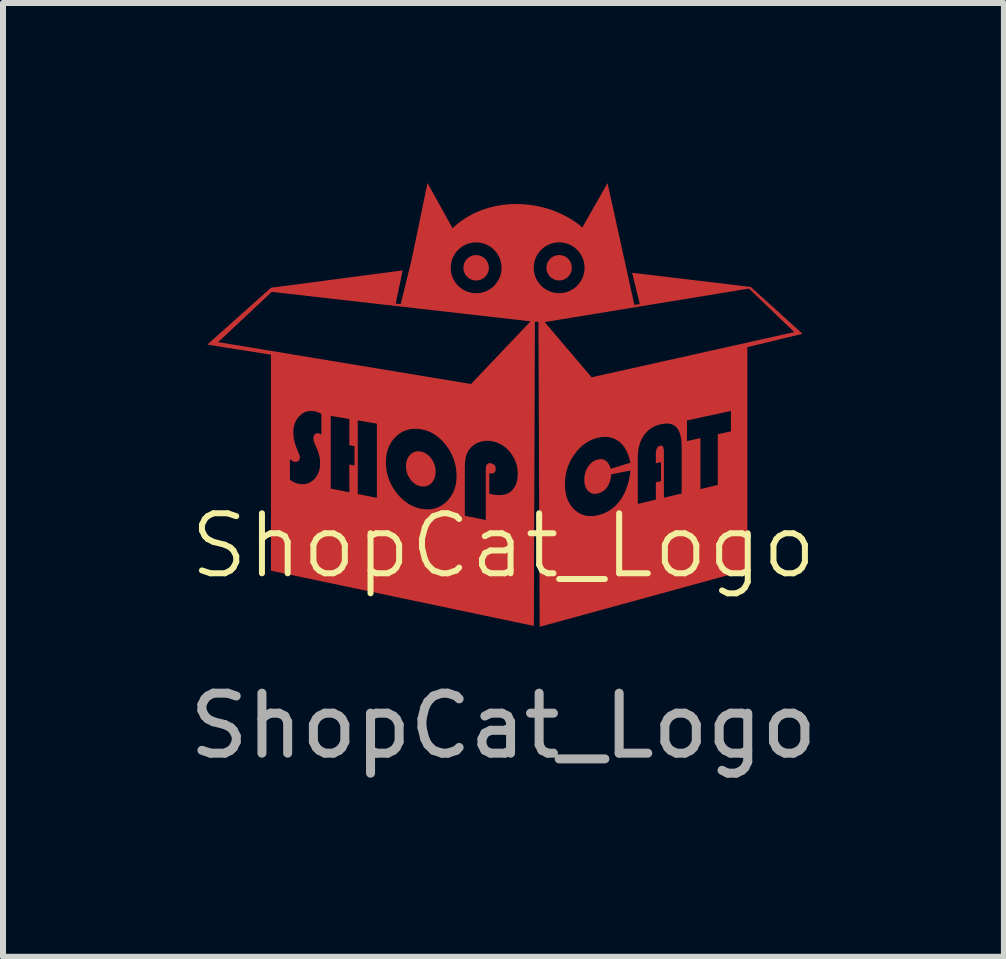
<source format=kicad_pcb>
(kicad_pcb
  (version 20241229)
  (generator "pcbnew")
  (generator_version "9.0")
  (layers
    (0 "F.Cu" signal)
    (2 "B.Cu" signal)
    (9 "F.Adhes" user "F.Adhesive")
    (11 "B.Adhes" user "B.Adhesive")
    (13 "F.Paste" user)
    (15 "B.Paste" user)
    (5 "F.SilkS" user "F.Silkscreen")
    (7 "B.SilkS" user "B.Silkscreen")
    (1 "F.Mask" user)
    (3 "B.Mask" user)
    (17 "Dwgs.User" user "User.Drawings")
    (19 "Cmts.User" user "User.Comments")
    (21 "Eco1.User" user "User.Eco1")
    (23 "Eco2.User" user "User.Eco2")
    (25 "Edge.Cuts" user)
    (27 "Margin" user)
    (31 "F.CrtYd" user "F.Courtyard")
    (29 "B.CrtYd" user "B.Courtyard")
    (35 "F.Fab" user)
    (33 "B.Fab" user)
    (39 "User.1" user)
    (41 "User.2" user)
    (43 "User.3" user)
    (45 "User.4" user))
  (footprint "ShopCat_Logo"
    (layer "F.Cu")
    (at 5.339 6.546)
    (property "Reference" "ShopCat_Logo" (at 0 -0.5 0) (unlocked yes) (layer "F.SilkS") (effects (font (size 1 1) (thickness 0.1))))
    (attr smd)
    (fp_poly (pts (xy -1.404 -2.076) (xy -1.391 -2.074) (xy -1.379 -2.072) (xy -1.366 -2.07) (xy -1.353 -2.067) (xy -1.341 -2.063) (xy -1.329 -2.058) (xy -1.317 -2.053) (xy -1.306 -2.047) (xy -1.294 -2.041) (xy -1.283 -2.034) (xy -1.272 -2.026) (xy -1.262 -2.018) (xy -1.251 -2.009) (xy -1.241 -2) (xy -1.231 -1.99) (xy -1.221 -1.979) (xy -1.212 -1.968) (xy -1.203 -1.956) (xy -1.194 -1.944) (xy -1.186 -1.931) (xy -1.178 -1.918) (xy -1.171 -1.905) (xy -1.164 -1.892) (xy -1.159 -1.879) (xy -1.153 -1.866) (xy -1.148 -1.852) (xy -1.144 -1.838) (xy -1.14 -1.824) (xy -1.137 -1.81) (xy -1.135 -1.795) (xy -1.133 -1.781) (xy -1.131 -1.766) (xy -1.13 -1.751) (xy -1.13 -1.736) (xy -1.13 -1.721) (xy -1.131 -1.706) (xy -1.133 -1.692) (xy -1.135 -1.678) (xy -1.137 -1.665) (xy -1.14 -1.652) (xy -1.144 -1.639) (xy -1.148 -1.627) (xy -1.153 -1.615) (xy -1.159 -1.604) (xy -1.164 -1.593) (xy -1.171 -1.582) (xy -1.178 -1.572) (xy -1.186 -1.562) (xy -1.194 -1.552) (xy -1.203 -1.543) (xy -1.212 -1.535) (xy -1.221 -1.527) (xy -1.231 -1.52) (xy -1.241 -1.513) (xy -1.251 -1.508) (xy -1.261 -1.503) (xy -1.272 -1.498) (xy -1.283 -1.495) (xy -1.294 -1.492) (xy -1.305 -1.49) (xy -1.317 -1.489) (xy -1.329 -1.488) (xy -1.341 -1.488) (xy -1.353 -1.489) (xy -1.366 -1.49) (xy -1.379 -1.492) (xy -1.391 -1.495) (xy -1.404 -1.498) (xy -1.416 -1.502) (xy -1.428 -1.507) (xy -1.439 -1.512) (xy -1.451 -1.518) (xy -1.462 -1.525) (xy -1.473 -1.532) (xy -1.484 -1.539) (xy -1.494 -1.548) (xy -1.504 -1.557) (xy -1.514 -1.566) (xy -1.524 -1.576) (xy -1.534 -1.587) (xy -1.543 -1.599) (xy -1.552 -1.611) (xy -1.561 -1.623) (xy -1.569 -1.635) (xy -1.577 -1.648) (xy -1.584 -1.661) (xy -1.59 -1.674) (xy -1.596 -1.687) (xy -1.601 -1.7) (xy -1.606 -1.714) (xy -1.61 -1.728) (xy -1.614 -1.742) (xy -1.617 -1.756) (xy -1.62 -1.77) (xy -1.622 -1.784) (xy -1.623 -1.799) (xy -1.624 -1.813) (xy -1.624 -1.828) (xy -1.624 -1.843) (xy -1.623 -1.857) (xy -1.622 -1.871) (xy -1.62 -1.885) (xy -1.617 -1.898) (xy -1.614 -1.911) (xy -1.61 -1.923) (xy -1.606 -1.935) (xy -1.602 -1.947) (xy -1.596 -1.958) (xy -1.59 -1.969) (xy -1.584 -1.98) (xy -1.577 -1.99) (xy -1.569 -2) (xy -1.561 -2.01) (xy -1.553 -2.019) (xy -1.544 -2.027) (xy -1.534 -2.035) (xy -1.525 -2.043) (xy -1.515 -2.049) (xy -1.505 -2.055) (xy -1.495 -2.06) (xy -1.484 -2.064) (xy -1.473 -2.068) (xy -1.462 -2.071) (xy -1.451 -2.073) (xy -1.44 -2.075) (xy -1.428 -2.076) (xy -1.416 -2.076)) (stroke (width 0) (type solid)) (fill yes) (layer "F.Cu"))
    (fp_poly (pts (xy -0.444 -5.345) (xy -0.433 -5.344) (xy -0.422 -5.343) (xy -0.412 -5.341) (xy -0.402 -5.339) (xy -0.392 -5.336) (xy -0.382 -5.332) (xy -0.372 -5.329) (xy -0.363 -5.324) (xy -0.354 -5.32) (xy -0.345 -5.315) (xy -0.336 -5.309) (xy -0.328 -5.303) (xy -0.32 -5.297) (xy -0.312 -5.29) (xy -0.305 -5.283) (xy -0.298 -5.276) (xy -0.291 -5.268) (xy -0.285 -5.26) (xy -0.279 -5.252) (xy -0.274 -5.243) (xy -0.268 -5.234) (xy -0.264 -5.225) (xy -0.26 -5.216) (xy -0.256 -5.206) (xy -0.252 -5.196) (xy -0.25 -5.186) (xy -0.247 -5.176) (xy -0.245 -5.166) (xy -0.244 -5.155) (xy -0.243 -5.144) (xy -0.243 -5.134) (xy -0.243 -5.123) (xy -0.244 -5.112) (xy -0.245 -5.101) (xy -0.247 -5.091) (xy -0.25 -5.081) (xy -0.252 -5.071) (xy -0.256 -5.061) (xy -0.26 -5.051) (xy -0.264 -5.042) (xy -0.268 -5.033) (xy -0.274 -5.024) (xy -0.279 -5.015) (xy -0.285 -5.007) (xy -0.291 -4.999) (xy -0.298 -4.991) (xy -0.305 -4.984) (xy -0.312 -4.977) (xy -0.32 -4.97) (xy -0.328 -4.964) (xy -0.336 -4.958) (xy -0.345 -4.953) (xy -0.354 -4.947) (xy -0.363 -4.943) (xy -0.372 -4.939) (xy -0.382 -4.935) (xy -0.392 -4.931) (xy -0.402 -4.929) (xy -0.412 -4.926) (xy -0.422 -4.924) (xy -0.433 -4.923) (xy -0.444 -4.922) (xy -0.455 -4.922) (xy -0.465 -4.922) (xy -0.476 -4.923) (xy -0.487 -4.924) (xy -0.497 -4.926) (xy -0.507 -4.929) (xy -0.517 -4.931) (xy -0.527 -4.935) (xy -0.537 -4.939) (xy -0.546 -4.943) (xy -0.555 -4.947) (xy -0.564 -4.953) (xy -0.573 -4.958) (xy -0.581 -4.964) (xy -0.589 -4.97) (xy -0.597 -4.977) (xy -0.604 -4.984) (xy -0.611 -4.991) (xy -0.618 -4.999) (xy -0.624 -5.007) (xy -0.63 -5.015) (xy -0.636 -5.024) (xy -0.641 -5.033) (xy -0.645 -5.042) (xy -0.65 -5.051) (xy -0.653 -5.061) (xy -0.657 -5.071) (xy -0.66 -5.081) (xy -0.662 -5.091) (xy -0.664 -5.101) (xy -0.665 -5.112) (xy -0.666 -5.123) (xy -0.666 -5.134) (xy -0.666 -5.144) (xy -0.665 -5.155) (xy -0.664 -5.166) (xy -0.662 -5.176) (xy -0.66 -5.186) (xy -0.657 -5.196) (xy -0.653 -5.206) (xy -0.65 -5.216) (xy -0.645 -5.225) (xy -0.641 -5.234) (xy -0.636 -5.243) (xy -0.63 -5.252) (xy -0.624 -5.26) (xy -0.618 -5.268) (xy -0.611 -5.276) (xy -0.604 -5.283) (xy -0.597 -5.29) (xy -0.589 -5.297) (xy -0.581 -5.303) (xy -0.573 -5.309) (xy -0.564 -5.315) (xy -0.555 -5.32) (xy -0.546 -5.324) (xy -0.537 -5.329) (xy -0.527 -5.332) (xy -0.517 -5.336) (xy -0.507 -5.339) (xy -0.497 -5.341) (xy -0.487 -5.343) (xy -0.476 -5.344) (xy -0.465 -5.345) (xy -0.455 -5.345)) (stroke (width 0) (type solid)) (fill yes) (layer "F.Cu"))
    (fp_poly (pts (xy 0.939 -5.345) (xy 0.95 -5.345) (xy 0.961 -5.343) (xy 0.971 -5.341) (xy 0.981 -5.339) (xy 0.991 -5.336) (xy 1.001 -5.333) (xy 1.011 -5.329) (xy 1.02 -5.325) (xy 1.029 -5.32) (xy 1.038 -5.315) (xy 1.047 -5.31) (xy 1.055 -5.304) (xy 1.063 -5.297) (xy 1.071 -5.291) (xy 1.078 -5.284) (xy 1.085 -5.276) (xy 1.092 -5.269) (xy 1.098 -5.261) (xy 1.104 -5.252) (xy 1.109 -5.244) (xy 1.115 -5.235) (xy 1.119 -5.226) (xy 1.123 -5.216) (xy 1.127 -5.207) (xy 1.131 -5.197) (xy 1.133 -5.187) (xy 1.136 -5.177) (xy 1.138 -5.166) (xy 1.139 -5.156) (xy 1.14 -5.145) (xy 1.14 -5.134) (xy 1.14 -5.123) (xy 1.139 -5.112) (xy 1.138 -5.102) (xy 1.136 -5.091) (xy 1.133 -5.081) (xy 1.131 -5.071) (xy 1.127 -5.061) (xy 1.123 -5.052) (xy 1.119 -5.042) (xy 1.115 -5.033) (xy 1.109 -5.024) (xy 1.104 -5.016) (xy 1.098 -5.007) (xy 1.092 -4.999) (xy 1.085 -4.992) (xy 1.078 -4.984) (xy 1.071 -4.977) (xy 1.063 -4.971) (xy 1.055 -4.965) (xy 1.047 -4.959) (xy 1.038 -4.953) (xy 1.029 -4.948) (xy 1.02 -4.943) (xy 1.011 -4.939) (xy 1.001 -4.935) (xy 0.991 -4.932) (xy 0.981 -4.929) (xy 0.971 -4.927) (xy 0.961 -4.925) (xy 0.95 -4.924) (xy 0.939 -4.923) (xy 0.928 -4.922) (xy 0.918 -4.923) (xy 0.907 -4.924) (xy 0.896 -4.925) (xy 0.886 -4.927) (xy 0.876 -4.929) (xy 0.866 -4.932) (xy 0.856 -4.935) (xy 0.846 -4.939) (xy 0.837 -4.943) (xy 0.828 -4.948) (xy 0.819 -4.953) (xy 0.81 -4.959) (xy 0.802 -4.965) (xy 0.794 -4.971) (xy 0.786 -4.977) (xy 0.779 -4.984) (xy 0.772 -4.992) (xy 0.765 -4.999) (xy 0.759 -5.007) (xy 0.753 -5.016) (xy 0.747 -5.024) (xy 0.742 -5.033) (xy 0.738 -5.042) (xy 0.733 -5.052) (xy 0.73 -5.061) (xy 0.726 -5.071) (xy 0.724 -5.081) (xy 0.721 -5.091) (xy 0.719 -5.102) (xy 0.718 -5.112) (xy 0.717 -5.123) (xy 0.717 -5.134) (xy 0.717 -5.145) (xy 0.718 -5.156) (xy 0.719 -5.166) (xy 0.721 -5.177) (xy 0.724 -5.187) (xy 0.726 -5.197) (xy 0.73 -5.207) (xy 0.733 -5.216) (xy 0.738 -5.226) (xy 0.742 -5.235) (xy 0.747 -5.244) (xy 0.753 -5.252) (xy 0.759 -5.261) (xy 0.765 -5.269) (xy 0.772 -5.276) (xy 0.779 -5.284) (xy 0.786 -5.291) (xy 0.794 -5.297) (xy 0.802 -5.304) (xy 0.81 -5.31) (xy 0.819 -5.315) (xy 0.828 -5.32) (xy 0.837 -5.325) (xy 0.846 -5.329) (xy 0.856 -5.333) (xy 0.866 -5.336) (xy 0.876 -5.339) (xy 0.886 -5.341) (xy 0.896 -5.343) (xy 0.907 -5.345) (xy 0.918 -5.345) (xy 0.928 -5.346)) (stroke (width 0) (type solid)) (fill yes) (layer "F.Cu"))
    (fp_text user "${REFERENCE}" (at 0 2.5 0) (unlocked yes) (layer "F.Fab") (effects (font (size 1 1) (thickness 0.15))))
    (pad "1" smd custom (at 1.778 -0.508) (size 0.46 0.46) (layers "F.Cu" "F.Mask" "F.Paste") (options (anchor circle)) (primitives (gr_poly (pts (xy -0.23 -0.164) (xy -0.225 -0.19) (xy -0.21 -0.213) (xy -0.188 -0.227) (xy -0.161 -0.233) (xy 0.161 -0.233) (xy 0.188 -0.227) (xy 0.21 -0.213) (xy 0.225 -0.19) (xy 0.23 -0.164) (xy 0.23 0.164) (xy 0.225 0.19) (xy 0.21 0.213) (xy 0.188 0.227) (xy 0.161 0.233) (xy -0.161 0.233) (xy -0.188 0.227) (xy -0.21 0.213) (xy -0.225 0.19) (xy -0.23 0.164)) (width 0) (fill yes)) (gr_poly (pts (xy -2.625 -5.284) (xy -2.608 -5.301) (xy -2.557 -5.347) (xy -2.519 -5.378) (xy -2.473 -5.412) (xy -2.419 -5.448) (xy -2.356 -5.486) (xy -2.286 -5.524) (xy -2.207 -5.56) (xy -2.12 -5.594) (xy -2.025 -5.625) (xy -1.922 -5.651) (xy -1.811 -5.671) (xy -1.752 -5.678) (xy -1.692 -5.684) (xy -1.629 -5.687) (xy -1.565 -5.688) (xy -1.5 -5.687) (xy -1.438 -5.684) (xy -1.377 -5.679) (xy -1.317 -5.671) (xy -1.26 -5.663) (xy -1.204 -5.652) (xy -1.15 -5.64) (xy -1.099 -5.627) (xy -1.049 -5.613) (xy -1 -5.598) (xy -0.954 -5.582) (xy -0.91 -5.565) (xy -0.868 -5.547) (xy -0.827 -5.529) (xy -0.789 -5.511) (xy -0.753 -5.493) (xy -0.718 -5.475) (xy -0.686 -5.457) (xy -0.628 -5.421) (xy -0.578 -5.388) (xy -0.538 -5.359) (xy -0.505 -5.334) (xy -0.482 -5.315) (xy -0.463 -5.298) (xy -0.043 -6.037) (xy 0.404 -4.008) (xy 0.495 -4.021) (xy 0.366 -4.543) (xy 2.342 -4.307) (xy 3.207 -3.526) (xy 2.287 -3.303) (xy 2.287 0.409) (xy -1.174 1.357) (xy -1.184 -1.02) (xy -0.753 -1.02) (xy -0.752 -0.986) (xy -0.751 -0.953) (xy -0.747 -0.921) (xy -0.743 -0.89) (xy -0.737 -0.86) (xy -0.731 -0.831) (xy -0.722 -0.803) (xy -0.713 -0.776) (xy -0.703 -0.75) (xy -0.691 -0.725) (xy -0.678 -0.701) (xy -0.663 -0.678) (xy -0.648 -0.655) (xy -0.631 -0.634) (xy -0.613 -0.614) (xy -0.594 -0.595) (xy -0.573 -0.578) (xy -0.553 -0.562) (xy -0.531 -0.547) (xy -0.51 -0.534) (xy -0.487 -0.523) (xy -0.464 -0.513) (xy -0.44 -0.505) (xy -0.416 -0.498) (xy -0.391 -0.493) (xy -0.366 -0.49) (xy -0.34 -0.488) (xy -0.313 -0.488) (xy -0.286 -0.489) (xy -0.259 -0.492) (xy -0.23 -0.497) (xy -0.201 -0.503) (xy -0.173 -0.51) (xy -0.146 -0.519) (xy -0.119 -0.528) (xy -0.093 -0.539) (xy -0.067 -0.551) (xy -0.043 -0.563) (xy -0.019 -0.577) (xy 0.005 -0.592) (xy 0.028 -0.608) (xy 0.05 -0.626) (xy 0.071 -0.644) (xy 0.092 -0.663) (xy 0.112 -0.684) (xy 0.131 -0.705) (xy 0.149 -0.728) (xy 0.167 -0.752) (xy 0.167 -0.752) (xy 0.184 -0.776) (xy 0.201 -0.802) (xy 0.216 -0.828) (xy 0.231 -0.855) (xy 0.244 -0.883) (xy 0.257 -0.912) (xy 0.269 -0.942) (xy 0.28 -0.972) (xy 0.291 -1.004) (xy 0.3 -1.036) (xy 0.309 -1.069) (xy 0.316 -1.103) (xy 0.323 -1.138) (xy 0.329 -1.173) (xy 0.334 -1.21) (xy 0.339 -1.247) (xy 0.019 -1.184) (xy 0.017 -1.168) (xy 0.016 -1.152) (xy 0.013 -1.137) (xy 0.011 -1.122) (xy 0.008 -1.107) (xy 0.004 -1.093) (xy 0.001 -1.079) (xy -0.003 -1.065) (xy -0.008 -1.052) (xy -0.013 -1.039) (xy -0.018 -1.027) (xy -0.024 -1.015) (xy -0.029 -1.003) (xy -0.036 -0.992) (xy -0.043 -0.981) (xy -0.05 -0.97) (xy -0.057 -0.96) (xy -0.065 -0.951) (xy -0.073 -0.941) (xy -0.081 -0.933) (xy -0.09 -0.925) (xy -0.099 -0.917) (xy -0.108 -0.909) (xy -0.118 -0.903) (xy -0.128 -0.896) (xy -0.138 -0.89) (xy -0.148 -0.885) (xy -0.159 -0.88) (xy -0.17 -0.876) (xy -0.182 -0.872) (xy -0.194 -0.868) (xy -0.206 -0.865) (xy -0.218 -0.863) (xy -0.23 -0.861) (xy -0.241 -0.86) (xy -0.252 -0.859) (xy -0.263 -0.859) (xy -0.274 -0.86) (xy -0.284 -0.862) (xy -0.295 -0.864) (xy -0.305 -0.867) (xy -0.314 -0.871) (xy -0.324 -0.875) (xy -0.333 -0.88) (xy -0.342 -0.886) (xy -0.35 -0.892) (xy -0.359 -0.899) (xy -0.367 -0.907) (xy -0.374 -0.915) (xy -0.382 -0.924) (xy -0.388 -0.933) (xy -0.395 -0.943) (xy -0.4 -0.953) (xy -0.406 -0.963) (xy -0.41 -0.974) (xy -0.414 -0.986) (xy -0.418 -0.997) (xy -0.421 -1.01) (xy -0.424 -1.022) (xy -0.426 -1.036) (xy -0.428 -1.049) (xy -0.429 -1.063) (xy -0.43 -1.078) (xy -0.43 -1.093) (xy -0.43 -1.108) (xy -0.429 -1.124) (xy -0.428 -1.139) (xy -0.426 -1.154) (xy -0.424 -1.168) (xy -0.421 -1.183) (xy -0.418 -1.197) (xy -0.414 -1.211) (xy -0.41 -1.225) (xy -0.405 -1.238) (xy -0.4 -1.251) (xy -0.394 -1.264) (xy -0.388 -1.277) (xy -0.381 -1.29) (xy -0.373 -1.302) (xy -0.365 -1.314) (xy -0.357 -1.326) (xy -0.349 -1.337) (xy -0.34 -1.347) (xy -0.331 -1.357) (xy -0.322 -1.367) (xy -0.312 -1.376) (xy -0.302 -1.384) (xy -0.292 -1.391) (xy -0.282 -1.398) (xy -0.271 -1.405) (xy -0.26 -1.411) (xy -0.249 -1.416) (xy -0.237 -1.421) (xy -0.226 -1.425) (xy -0.214 -1.429) (xy -0.201 -1.432) (xy -0.192 -1.434) (xy -0.182 -1.435) (xy -0.173 -1.436) (xy -0.164 -1.437) (xy -0.155 -1.437) (xy -0.147 -1.437) (xy -0.138 -1.436) (xy -0.13 -1.435) (xy -0.122 -1.433) (xy -0.114 -1.431) (xy -0.106 -1.429) (xy -0.099 -1.426) (xy -0.092 -1.423) (xy -0.085 -1.419) (xy -0.078 -1.415) (xy -0.071 -1.41) (xy -0.065 -1.405) (xy -0.058 -1.4) (xy -0.052 -1.394) (xy -0.046 -1.387) (xy -0.041 -1.381) (xy -0.035 -1.373) (xy -0.03 -1.366) (xy -0.025 -1.358) (xy -0.02 -1.349) (xy -0.015 -1.34) (xy -0.011 -1.331) (xy -0.006 -1.321) (xy 0.002 -1.3) (xy 0.009 -1.277) (xy 0.337 -1.377) (xy 0.331 -1.403) (xy 0.325 -1.429) (xy 0.318 -1.453) (xy 0.315 -1.463) (xy 0.461 -1.463) (xy 0.461 -0.691) (xy 0.762 -0.762) (xy 0.762 -1.05) (xy 0.848 -1.07) (xy 0.848 -1.388) (xy 0.762 -1.368) (xy 0.762 -1.519) (xy 0.762 -1.527) (xy 0.762 -1.534) (xy 0.763 -1.541) (xy 0.763 -1.549) (xy 0.764 -1.555) (xy 0.764 -1.562) (xy 0.765 -1.569) (xy 0.766 -1.575) (xy 0.768 -1.581) (xy 0.769 -1.587) (xy 0.77 -1.592) (xy 0.772 -1.598) (xy 0.774 -1.603) (xy 0.775 -1.608) (xy 0.777 -1.612) (xy 0.779 -1.617) (xy 0.782 -1.621) (xy 0.784 -1.625) (xy 0.787 -1.629) (xy 0.789 -1.633) (xy 0.792 -1.636) (xy 0.795 -1.64) (xy 0.798 -1.643) (xy 0.801 -1.645) (xy 0.805 -1.648) (xy 0.808 -1.65) (xy 0.812 -1.652) (xy 0.816 -1.654) (xy 0.819 -1.656) (xy 0.823 -1.658) (xy 0.828 -1.659) (xy 0.832 -1.66) (xy 0.834 -1.66) (xy 0.836 -1.661) (xy 0.838 -1.661) (xy 0.841 -1.661) (xy 0.843 -1.662) (xy 0.845 -1.662) (xy 0.847 -1.662) (xy 0.849 -1.662) (xy 0.85 -1.662) (xy 0.852 -1.662) (xy 0.854 -1.662) (xy 0.856 -1.661) (xy 0.857 -1.661) (xy 0.859 -1.661) (xy 0.861 -1.66) (xy 0.862 -1.66) (xy 0.864 -1.659) (xy 0.865 -1.659) (xy 0.867 -1.658) (xy 0.868 -1.657) (xy 0.87 -1.657) (xy 0.871 -1.656) (xy 0.872 -1.655) (xy 0.873 -1.654) (xy 0.875 -1.653) (xy 0.876 -1.652) (xy 0.877 -1.65) (xy 0.878 -1.649) (xy 0.879 -1.648) (xy 0.88 -1.647) (xy 0.881 -1.645) (xy 0.882 -1.644) (xy 0.883 -1.64) (xy 0.885 -1.637) (xy 0.887 -1.633) (xy 0.888 -1.629) (xy 0.889 -1.624) (xy 0.89 -1.619) (xy 0.891 -1.614) (xy 0.892 -1.608) (xy 0.894 -1.595) (xy 0.895 -1.581) (xy 0.896 -1.566) (xy 0.896 -1.549) (xy 0.896 -0.794) (xy 1.192 -0.864) (xy 1.192 -0.864) (xy 1.192 -1.638) (xy 1.191 -1.667) (xy 1.19 -1.694) (xy 1.189 -1.721) (xy 1.187 -1.746) (xy 1.184 -1.77) (xy 1.18 -1.793) (xy 1.176 -1.815) (xy 1.171 -1.836) (xy 1.165 -1.855) (xy 1.159 -1.874) (xy 1.152 -1.892) (xy 1.145 -1.908) (xy 1.137 -1.924) (xy 1.128 -1.938) (xy 1.118 -1.951) (xy 1.108 -1.963) (xy 1.097 -1.974) (xy 1.086 -1.985) (xy 1.074 -1.994) (xy 1.061 -2.002) (xy 1.047 -2.009) (xy 1.033 -2.015) (xy 1.017 -2.02) (xy 1.002 -2.024) (xy 0.985 -2.027) (xy 0.968 -2.029) (xy 0.95 -2.03) (xy 0.931 -2.03) (xy 0.912 -2.028) (xy 0.891 -2.026) (xy 0.87 -2.023) (xy 0.849 -2.019) (xy 0.826 -2.014) (xy 0.804 -2.007) (xy 0.783 -2) (xy 0.762 -1.993) (xy 0.742 -1.984) (xy 0.723 -1.974) (xy 0.704 -1.964) (xy 0.686 -1.953) (xy 0.668 -1.941) (xy 0.651 -1.928) (xy 0.635 -1.915) (xy 0.62 -1.9) (xy 0.605 -1.885) (xy 0.59 -1.869) (xy 0.577 -1.852) (xy 0.564 -1.834) (xy 0.551 -1.815) (xy 0.54 -1.796) (xy 0.529 -1.776) (xy 0.519 -1.756) (xy 0.51 -1.735) (xy 0.501 -1.713) (xy 0.494 -1.691) (xy 0.487 -1.668) (xy 0.481 -1.645) (xy 0.476 -1.621) (xy 0.471 -1.596) (xy 0.468 -1.571) (xy 0.465 -1.545) (xy 0.463 -1.518) (xy 0.462 -1.491) (xy 0.461 -1.463) (xy 0.315 -1.463) (xy 0.311 -1.477) (xy 0.303 -1.5) (xy 0.295 -1.522) (xy 0.287 -1.543) (xy 0.278 -1.564) (xy 0.268 -1.583) (xy 0.258 -1.602) (xy 0.248 -1.619) (xy 0.237 -1.636) (xy 0.225 -1.652) (xy 0.213 -1.667) (xy 0.201 -1.681) (xy 0.188 -1.695) (xy 0.169 -1.713) (xy 0.149 -1.729) (xy 0.128 -1.744) (xy 0.107 -1.757) (xy 0.085 -1.769) (xy 0.063 -1.779) (xy 0.04 -1.788) (xy 0.017 -1.795) (xy -0.008 -1.8) (xy -0.032 -1.804) (xy -0.058 -1.807) (xy -0.084 -1.808) (xy -0.11 -1.807) (xy -0.138 -1.805) (xy -0.165 -1.801) (xy -0.194 -1.795) (xy -0.223 -1.788) (xy -0.251 -1.78) (xy -0.279 -1.771) (xy -0.307 -1.759) (xy -0.333 -1.747) (xy -0.36 -1.733) (xy -0.385 -1.718) (xy -0.41 -1.702) (xy -0.435 -1.684) (xy -0.459 -1.665) (xy -0.482 -1.644) (xy -0.505 -1.623) (xy -0.527 -1.599) (xy -0.549 -1.575) (xy -0.57 -1.549) (xy -0.59 -1.522) (xy -0.61 -1.493) (xy -0.629 -1.465) (xy -0.646 -1.436) (xy -0.662 -1.406) (xy -0.676 -1.376) (xy -0.689 -1.346) (xy -0.702 -1.315) (xy -0.712 -1.284) (xy -0.722 -1.252) (xy -0.73 -1.22) (xy -0.737 -1.188) (xy -0.743 -1.155) (xy -0.747 -1.122) (xy -0.75 -1.088) (xy -0.752 -1.054) (xy -0.753 -1.02) (xy -1.184 -1.02) (xy -1.188 -2.082) (xy 1.281 -2.082) (xy 1.281 -1.738) (xy 1.505 -1.788) (xy 1.505 -0.938) (xy 1.794 -1.007) (xy 1.794 -1.852) (xy 2.013 -1.9) (xy 2.013 -2.239) (xy 1.281 -2.082) (xy -1.188 -2.082) (xy -1.195 -3.721) (xy -1.09 -3.721) (xy -0.309 -2.801) (xy 3.068 -3.554) (xy 2.314 -4.279) (xy -1.09 -3.721) (xy -1.195 -3.721) (xy -1.195 -3.725) (xy -1.253 -3.725) (xy -1.271 1.343) (xy -5.652 0.422) (xy -5.652 -0.856) (xy -4.205 -0.856) (xy -3.887 -0.792) (xy -3.887 -1.382) (xy -3.736 -1.382) (xy -3.735 -1.349) (xy -3.733 -1.315) (xy -3.73 -1.283) (xy -3.726 -1.25) (xy -3.72 -1.218) (xy -3.712 -1.186) (xy -3.704 -1.155) (xy -3.694 -1.124) (xy -3.683 -1.093) (xy -3.671 -1.063) (xy -3.657 -1.032) (xy -3.642 -1.003) (xy -3.625 -0.974) (xy -3.608 -0.945) (xy -3.589 -0.916) (xy -3.568 -0.888) (xy -3.547 -0.86) (xy -3.525 -0.834) (xy -3.502 -0.809) (xy -3.479 -0.786) (xy -3.455 -0.764) (xy -3.431 -0.743) (xy -3.406 -0.724) (xy -3.381 -0.706) (xy -3.355 -0.689) (xy -3.328 -0.674) (xy -3.301 -0.66) (xy -3.273 -0.648) (xy -3.245 -0.637) (xy -3.216 -0.627) (xy -3.187 -0.619) (xy -3.157 -0.612) (xy -3.126 -0.607) (xy -3.096 -0.603) (xy -3.067 -0.601) (xy -3.038 -0.6) (xy -3.01 -0.601) (xy -2.982 -0.604) (xy -2.955 -0.608) (xy -2.928 -0.614) (xy -2.902 -0.622) (xy -2.877 -0.631) (xy -2.852 -0.642) (xy -2.827 -0.655) (xy -2.803 -0.669) (xy -2.78 -0.685) (xy -2.757 -0.702) (xy -2.735 -0.721) (xy -2.714 -0.742) (xy -2.694 -0.764) (xy -2.676 -0.786) (xy -2.658 -0.809) (xy -2.643 -0.834) (xy -2.628 -0.859) (xy -2.615 -0.885) (xy -2.603 -0.912) (xy -2.593 -0.94) (xy -2.584 -0.969) (xy -2.576 -0.999) (xy -2.57 -1.03) (xy -2.565 -1.062) (xy -2.562 -1.095) (xy -2.56 -1.128) (xy -2.559 -1.163) (xy -2.56 -1.197) (xy -2.562 -1.231) (xy -2.565 -1.265) (xy -2.57 -1.295) (xy -2.421 -1.295) (xy -2.421 -0.494) (xy -2.072 -0.423) (xy -2.072 -1.271) (xy -2.071 -1.278) (xy -2.071 -1.284) (xy -2.071 -1.291) (xy -2.07 -1.297) (xy -2.07 -1.303) (xy -2.069 -1.308) (xy -2.068 -1.314) (xy -2.066 -1.319) (xy -2.065 -1.324) (xy -2.063 -1.329) (xy -2.062 -1.333) (xy -2.06 -1.337) (xy -2.058 -1.341) (xy -2.056 -1.345) (xy -2.053 -1.348) (xy -2.051 -1.351) (xy -2.048 -1.354) (xy -2.045 -1.357) (xy -2.042 -1.359) (xy -2.039 -1.361) (xy -2.036 -1.363) (xy -2.032 -1.365) (xy -2.029 -1.367) (xy -2.025 -1.368) (xy -2.021 -1.369) (xy -2.017 -1.369) (xy -2.013 -1.37) (xy -2.008 -1.37) (xy -2.004 -1.37) (xy -1.999 -1.37) (xy -1.994 -1.369) (xy -1.989 -1.368) (xy -1.979 -1.366) (xy -1.97 -1.364) (xy -1.965 -1.362) (xy -1.961 -1.36) (xy -1.957 -1.359) (xy -1.953 -1.357) (xy -1.949 -1.355) (xy -1.946 -1.353) (xy -1.942 -1.35) (xy -1.939 -1.348) (xy -1.936 -1.345) (xy -1.933 -1.343) (xy -1.93 -1.34) (xy -1.927 -1.337) (xy -1.925 -1.334) (xy -1.922 -1.33) (xy -1.92 -1.327) (xy -1.918 -1.324) (xy -1.916 -1.32) (xy -1.915 -1.316) (xy -1.913 -1.312) (xy -1.912 -1.308) (xy -1.911 -1.304) (xy -1.91 -1.3) (xy -1.909 -1.296) (xy -1.908 -1.291) (xy -1.907 -1.282) (xy -1.907 -1.272) (xy -1.907 -1.266) (xy -1.907 -1.261) (xy -1.908 -1.256) (xy -1.908 -1.251) (xy -1.909 -1.246) (xy -1.911 -1.242) (xy -1.912 -1.238) (xy -1.913 -1.234) (xy -1.915 -1.23) (xy -1.917 -1.226) (xy -1.919 -1.223) (xy -1.922 -1.22) (xy -1.924 -1.217) (xy -1.927 -1.214) (xy -1.93 -1.212) (xy -1.934 -1.209) (xy -1.937 -1.207) (xy -1.941 -1.205) (xy -1.945 -1.204) (xy -1.949 -1.202) (xy -1.953 -1.201) (xy -1.958 -1.2) (xy -1.962 -1.199) (xy -1.967 -1.199) (xy -1.972 -1.198) (xy -1.978 -1.198) (xy -1.989 -1.198) (xy -2.001 -1.2) (xy -2.014 -1.202) (xy -2.014 -0.861) (xy -1.96 -0.85) (xy -1.935 -0.845) (xy -1.91 -0.842) (xy -1.887 -0.839) (xy -1.864 -0.838) (xy -1.842 -0.838) (xy -1.821 -0.838) (xy -1.8 -0.84) (xy -1.78 -0.843) (xy -1.762 -0.847) (xy -1.744 -0.851) (xy -1.726 -0.857) (xy -1.71 -0.864) (xy -1.694 -0.872) (xy -1.679 -0.88) (xy -1.665 -0.89) (xy -1.652 -0.901) (xy -1.652 -0.901) (xy -1.638 -0.914) (xy -1.626 -0.927) (xy -1.614 -0.942) (xy -1.603 -0.956) (xy -1.593 -0.972) (xy -1.583 -0.989) (xy -1.575 -1.006) (xy -1.567 -1.024) (xy -1.561 -1.042) (xy -1.555 -1.062) (xy -1.55 -1.082) (xy -1.546 -1.103) (xy -1.543 -1.124) (xy -1.541 -1.147) (xy -1.54 -1.17) (xy -1.539 -1.194) (xy -1.54 -1.218) (xy -1.541 -1.243) (xy -1.544 -1.267) (xy -1.547 -1.291) (xy -1.551 -1.314) (xy -1.557 -1.337) (xy -1.563 -1.36) (xy -1.571 -1.382) (xy -1.579 -1.404) (xy -1.588 -1.426) (xy -1.599 -1.448) (xy -1.61 -1.469) (xy -1.622 -1.489) (xy -1.636 -1.51) (xy -1.65 -1.53) (xy -1.665 -1.55) (xy -1.681 -1.569) (xy -1.697 -1.587) (xy -1.714 -1.604) (xy -1.731 -1.62) (xy -1.749 -1.635) (xy -1.767 -1.649) (xy -1.785 -1.662) (xy -1.804 -1.674) (xy -1.824 -1.685) (xy -1.844 -1.695) (xy -1.864 -1.704) (xy -1.885 -1.713) (xy -1.906 -1.72) (xy -1.928 -1.726) (xy -1.95 -1.731) (xy -1.972 -1.736) (xy -1.985 -1.738) (xy -1.997 -1.739) (xy -2.01 -1.741) (xy -2.022 -1.741) (xy -2.034 -1.742) (xy -2.046 -1.742) (xy -2.059 -1.742) (xy -2.071 -1.741) (xy -2.083 -1.74) (xy -2.095 -1.739) (xy -2.107 -1.737) (xy -2.119 -1.735) (xy -2.131 -1.733) (xy -2.142 -1.73) (xy -2.154 -1.727) (xy -2.166 -1.724) (xy -2.177 -1.72) (xy -2.189 -1.716) (xy -2.2 -1.712) (xy -2.211 -1.707) (xy -2.221 -1.702) (xy -2.231 -1.697) (xy -2.241 -1.692) (xy -2.251 -1.686) (xy -2.261 -1.68) (xy -2.27 -1.674) (xy -2.279 -1.667) (xy -2.288 -1.66) (xy -2.297 -1.653) (xy -2.305 -1.645) (xy -2.313 -1.638) (xy -2.321 -1.629) (xy -2.328 -1.622) (xy -2.334 -1.614) (xy -2.34 -1.607) (xy -2.346 -1.599) (xy -2.352 -1.591) (xy -2.357 -1.583) (xy -2.363 -1.574) (xy -2.368 -1.566) (xy -2.372 -1.558) (xy -2.377 -1.549) (xy -2.381 -1.54) (xy -2.385 -1.531) (xy -2.389 -1.522) (xy -2.392 -1.513) (xy -2.395 -1.504) (xy -2.398 -1.494) (xy -2.404 -1.475) (xy -2.408 -1.454) (xy -2.412 -1.431) (xy -2.415 -1.407) (xy -2.418 -1.381) (xy -2.419 -1.354) (xy -2.42 -1.325) (xy -2.421 -1.295) (xy -2.57 -1.295) (xy -2.57 -1.298) (xy -2.576 -1.331) (xy -2.584 -1.363) (xy -2.593 -1.395) (xy -2.603 -1.427) (xy -2.615 -1.459) (xy -2.628 -1.489) (xy -2.642 -1.52) (xy -2.658 -1.55) (xy -2.675 -1.58) (xy -2.693 -1.61) (xy -2.713 -1.639) (xy -2.734 -1.667) (xy -2.756 -1.695) (xy -2.778 -1.721) (xy -2.801 -1.746) (xy -2.825 -1.769) (xy -2.849 -1.791) (xy -2.874 -1.811) (xy -2.899 -1.83) (xy -2.924 -1.847) (xy -2.95 -1.863) (xy -2.977 -1.878) (xy -3.004 -1.891) (xy -3.031 -1.902) (xy -3.06 -1.912) (xy -3.088 -1.921) (xy -3.117 -1.928) (xy -3.147 -1.934) (xy -3.178 -1.939) (xy -3.208 -1.941) (xy -3.238 -1.943) (xy -3.267 -1.942) (xy -3.295 -1.94) (xy -3.323 -1.937) (xy -3.35 -1.932) (xy -3.377 -1.925) (xy -3.403 -1.917) (xy -3.428 -1.907) (xy -3.453 -1.896) (xy -3.477 -1.883) (xy -3.5 -1.868) (xy -3.523 -1.852) (xy -3.545 -1.834) (xy -3.567 -1.815) (xy -3.587 -1.794) (xy -3.607 -1.773) (xy -3.624 -1.751) (xy -3.641 -1.728) (xy -3.656 -1.704) (xy -3.67 -1.679) (xy -3.683 -1.653) (xy -3.694 -1.627) (xy -3.704 -1.599) (xy -3.712 -1.571) (xy -3.72 -1.542) (xy -3.725 -1.512) (xy -3.73 -1.481) (xy -3.733 -1.449) (xy -3.735 -1.416) (xy -3.736 -1.382) (xy -3.887 -1.382) (xy -3.887 -2.028) (xy -4.205 -2.082) (xy -4.205 -0.856) (xy -5.652 -0.856) (xy -5.652 -0.947) (xy -4.656 -0.947) (xy -4.346 -0.885) (xy -4.346 -1.347) (xy -4.259 -1.331) (xy -4.259 -1.653) (xy -4.346 -1.669) (xy -4.346 -2.106) (xy -4.656 -2.158) (xy -4.656 -0.947) (xy -5.652 -0.947) (xy -5.652 -1.439) (xy -5.336 -1.439) (xy -5.336 -1.095) (xy -5.327 -1.088) (xy -5.318 -1.082) (xy -5.309 -1.076) (xy -5.301 -1.071) (xy -5.292 -1.065) (xy -5.283 -1.06) (xy -5.274 -1.056) (xy -5.265 -1.051) (xy -5.256 -1.047) (xy -5.248 -1.043) (xy -5.239 -1.04) (xy -5.23 -1.037) (xy -5.221 -1.034) (xy -5.212 -1.031) (xy -5.203 -1.029) (xy -5.194 -1.027) (xy -5.175 -1.024) (xy -5.157 -1.021) (xy -5.139 -1.02) (xy -5.122 -1.02) (xy -5.104 -1.021) (xy -5.087 -1.022) (xy -5.071 -1.025) (xy -5.055 -1.029) (xy -5.039 -1.034) (xy -5.024 -1.04) (xy -5.008 -1.047) (xy -4.994 -1.054) (xy -4.979 -1.063) (xy -4.965 -1.073) (xy -4.952 -1.084) (xy -4.938 -1.096) (xy -4.925 -1.109) (xy -4.914 -1.123) (xy -4.902 -1.137) (xy -4.892 -1.151) (xy -4.883 -1.167) (xy -4.874 -1.182) (xy -4.866 -1.199) (xy -4.859 -1.216) (xy -4.853 -1.233) (xy -4.847 -1.251) (xy -4.843 -1.27) (xy -4.839 -1.29) (xy -4.836 -1.309) (xy -4.834 -1.33) (xy -4.833 -1.351) (xy -4.833 -1.373) (xy -4.833 -1.388) (xy -4.834 -1.403) (xy -4.835 -1.418) (xy -4.837 -1.434) (xy -4.839 -1.45) (xy -4.841 -1.466) (xy -4.845 -1.482) (xy -4.848 -1.498) (xy -4.852 -1.514) (xy -4.857 -1.531) (xy -4.862 -1.547) (xy -4.868 -1.564) (xy -4.874 -1.581) (xy -4.881 -1.598) (xy -4.888 -1.616) (xy -4.895 -1.633) (xy -4.919 -1.685) (xy -4.922 -1.693) (xy -4.925 -1.7) (xy -4.928 -1.707) (xy -4.93 -1.714) (xy -4.933 -1.72) (xy -4.935 -1.727) (xy -4.937 -1.733) (xy -4.939 -1.739) (xy -4.94 -1.745) (xy -4.942 -1.751) (xy -4.943 -1.757) (xy -4.944 -1.762) (xy -4.944 -1.767) (xy -4.945 -1.772) (xy -4.945 -1.777) (xy -4.945 -1.782) (xy -4.945 -1.787) (xy -4.945 -1.792) (xy -4.945 -1.797) (xy -4.944 -1.802) (xy -4.943 -1.806) (xy -4.942 -1.811) (xy -4.941 -1.815) (xy -4.939 -1.82) (xy -4.938 -1.824) (xy -4.936 -1.828) (xy -4.934 -1.832) (xy -4.932 -1.836) (xy -4.929 -1.839) (xy -4.927 -1.843) (xy -4.924 -1.846) (xy -4.921 -1.849) (xy -4.918 -1.852) (xy -4.914 -1.855) (xy -4.911 -1.858) (xy -4.908 -1.86) (xy -4.904 -1.862) (xy -4.901 -1.864) (xy -4.897 -1.866) (xy -4.894 -1.867) (xy -4.89 -1.868) (xy -4.886 -1.869) (xy -4.882 -1.869) (xy -4.878 -1.87) (xy -4.874 -1.87) (xy -4.87 -1.87) (xy -4.866 -1.869) (xy -4.862 -1.869) (xy -4.859 -1.868) (xy -4.857 -1.868) (xy -4.855 -1.867) (xy -4.852 -1.866) (xy -4.846 -1.864) (xy -4.84 -1.862) (xy -4.833 -1.859) (xy -4.826 -1.855) (xy -4.819 -1.851) (xy -4.811 -1.846) (xy -4.811 -1.846) (xy -4.811 -2.19) (xy -4.818 -2.194) (xy -4.826 -2.198) (xy -4.834 -2.202) (xy -4.841 -2.206) (xy -4.849 -2.209) (xy -4.857 -2.213) (xy -4.864 -2.216) (xy -4.872 -2.219) (xy -4.88 -2.222) (xy -4.887 -2.224) (xy -4.895 -2.227) (xy -4.903 -2.229) (xy -4.911 -2.231) (xy -4.919 -2.233) (xy -4.926 -2.234) (xy -4.934 -2.236) (xy -4.952 -2.238) (xy -4.969 -2.24) (xy -4.986 -2.24) (xy -5.003 -2.239) (xy -5.019 -2.238) (xy -5.035 -2.235) (xy -5.051 -2.232) (xy -5.066 -2.227) (xy -5.081 -2.222) (xy -5.096 -2.215) (xy -5.11 -2.208) (xy -5.124 -2.199) (xy -5.138 -2.189) (xy -5.151 -2.179) (xy -5.164 -2.167) (xy -5.177 -2.155) (xy -5.19 -2.141) (xy -5.201 -2.128) (xy -5.212 -2.113) (xy -5.221 -2.098) (xy -5.23 -2.083) (xy -5.239 -2.067) (xy -5.246 -2.051) (xy -5.253 -2.034) (xy -5.259 -2.017) (xy -5.264 -1.999) (xy -5.268 -1.981) (xy -5.272 -1.962) (xy -5.275 -1.943) (xy -5.277 -1.923) (xy -5.278 -1.903) (xy -5.278 -1.882) (xy -5.278 -1.865) (xy -5.277 -1.847) (xy -5.276 -1.829) (xy -5.274 -1.811) (xy -5.272 -1.794) (xy -5.269 -1.776) (xy -5.265 -1.758) (xy -5.261 -1.739) (xy -5.257 -1.721) (xy -5.252 -1.703) (xy -5.247 -1.684) (xy -5.241 -1.666) (xy -5.234 -1.647) (xy -5.227 -1.628) (xy -5.22 -1.609) (xy -5.211 -1.59) (xy -5.202 -1.568) (xy -5.193 -1.547) (xy -5.186 -1.528) (xy -5.183 -1.52) (xy -5.18 -1.512) (xy -5.178 -1.504) (xy -5.175 -1.498) (xy -5.174 -1.491) (xy -5.172 -1.486) (xy -5.171 -1.48) (xy -5.17 -1.476) (xy -5.17 -1.472) (xy -5.17 -1.468) (xy -5.17 -1.463) (xy -5.17 -1.458) (xy -5.171 -1.454) (xy -5.171 -1.449) (xy -5.172 -1.445) (xy -5.173 -1.44) (xy -5.175 -1.436) (xy -5.176 -1.432) (xy -5.178 -1.429) (xy -5.18 -1.425) (xy -5.182 -1.421) (xy -5.184 -1.418) (xy -5.187 -1.415) (xy -5.19 -1.412) (xy -5.193 -1.409) (xy -5.196 -1.406) (xy -5.199 -1.404) (xy -5.202 -1.401) (xy -5.206 -1.399) (xy -5.209 -1.397) (xy -5.213 -1.395) (xy -5.217 -1.394) (xy -5.221 -1.393) (xy -5.225 -1.392) (xy -5.229 -1.391) (xy -5.233 -1.391) (xy -5.238 -1.39) (xy -5.242 -1.39) (xy -5.246 -1.39) (xy -5.251 -1.391) (xy -5.256 -1.391) (xy -5.261 -1.392) (xy -5.265 -1.393) (xy -5.269 -1.394) (xy -5.273 -1.396) (xy -5.278 -1.397) (xy -5.282 -1.399) (xy -5.287 -1.402) (xy -5.291 -1.404) (xy -5.296 -1.407) (xy -5.301 -1.41) (xy -5.305 -1.413) (xy -5.31 -1.417) (xy -5.315 -1.421) (xy -5.32 -1.425) (xy -5.325 -1.429) (xy -5.331 -1.434) (xy -5.336 -1.439) (xy -5.652 -1.439) (xy -5.652 -3.177) (xy -6.713 -3.345) (xy -6.666 -3.387) (xy -6.531 -3.387) (xy -2.318 -2.689) (xy -1.326 -3.733) (xy -5.638 -4.224) (xy -6.531 -3.387) (xy -6.666 -3.387) (xy -5.652 -4.293) (xy -3.457 -4.582) (xy -3.573 -4.028) (xy -3.49 -4.021) (xy -3.341 -4.625) (xy -2.656 -4.625) (xy -2.655 -4.604) (xy -2.654 -4.582) (xy -2.651 -4.561) (xy -2.647 -4.54) (xy -2.643 -4.52) (xy -2.637 -4.5) (xy -2.63 -4.48) (xy -2.623 -4.461) (xy -2.614 -4.442) (xy -2.605 -4.424) (xy -2.595 -4.406) (xy -2.584 -4.389) (xy -2.572 -4.372) (xy -2.559 -4.356) (xy -2.546 -4.341) (xy -2.532 -4.326) (xy -2.517 -4.312) (xy -2.502 -4.299) (xy -2.486 -4.286) (xy -2.469 -4.275) (xy -2.452 -4.263) (xy -2.434 -4.253) (xy -2.416 -4.244) (xy -2.397 -4.235) (xy -2.378 -4.228) (xy -2.358 -4.221) (xy -2.338 -4.216) (xy -2.318 -4.211) (xy -2.297 -4.207) (xy -2.276 -4.204) (xy -2.254 -4.203) (xy -2.233 -4.202) (xy -2.211 -4.203) (xy -2.189 -4.204) (xy -2.168 -4.207) (xy -2.147 -4.211) (xy -2.127 -4.216) (xy -2.107 -4.221) (xy -2.087 -4.228) (xy -2.068 -4.235) (xy -2.049 -4.244) (xy -2.031 -4.253) (xy -2.013 -4.264) (xy -1.996 -4.275) (xy -1.979 -4.286) (xy -1.963 -4.299) (xy -1.948 -4.312) (xy -1.933 -4.326) (xy -1.919 -4.341) (xy -1.906 -4.356) (xy -1.893 -4.372) (xy -1.882 -4.389) (xy -1.871 -4.406) (xy -1.86 -4.424) (xy -1.851 -4.442) (xy -1.843 -4.461) (xy -1.835 -4.48) (xy -1.828 -4.5) (xy -1.823 -4.52) (xy -1.818 -4.54) (xy -1.814 -4.561) (xy -1.811 -4.582) (xy -1.81 -4.604) (xy -1.809 -4.625) (xy -1.809 -4.626) (xy -1.273 -4.626) (xy -1.272 -4.604) (xy -1.271 -4.583) (xy -1.268 -4.562) (xy -1.264 -4.541) (xy -1.259 -4.52) (xy -1.254 -4.5) (xy -1.247 -4.481) (xy -1.239 -4.461) (xy -1.231 -4.443) (xy -1.222 -4.424) (xy -1.211 -4.407) (xy -1.2 -4.389) (xy -1.189 -4.373) (xy -1.176 -4.357) (xy -1.163 -4.341) (xy -1.149 -4.327) (xy -1.134 -4.313) (xy -1.119 -4.299) (xy -1.103 -4.287) (xy -1.086 -4.275) (xy -1.069 -4.264) (xy -1.051 -4.254) (xy -1.033 -4.245) (xy -1.014 -4.236) (xy -0.995 -4.228) (xy -0.975 -4.222) (xy -0.955 -4.216) (xy -0.935 -4.211) (xy -0.914 -4.208) (xy -0.893 -4.205) (xy -0.871 -4.203) (xy -0.849 -4.203) (xy -0.828 -4.203) (xy -0.806 -4.205) (xy -0.785 -4.208) (xy -0.764 -4.211) (xy -0.744 -4.216) (xy -0.724 -4.222) (xy -0.704 -4.228) (xy -0.685 -4.236) (xy -0.666 -4.245) (xy -0.648 -4.254) (xy -0.63 -4.264) (xy -0.613 -4.275) (xy -0.596 -4.287) (xy -0.58 -4.299) (xy -0.565 -4.313) (xy -0.55 -4.327) (xy -0.536 -4.341) (xy -0.523 -4.357) (xy -0.51 -4.373) (xy -0.498 -4.389) (xy -0.487 -4.407) (xy -0.477 -4.424) (xy -0.468 -4.443) (xy -0.459 -4.461) (xy -0.452 -4.481) (xy -0.445 -4.5) (xy -0.44 -4.52) (xy -0.435 -4.541) (xy -0.431 -4.562) (xy -0.428 -4.583) (xy -0.427 -4.604) (xy -0.426 -4.626) (xy -0.427 -4.648) (xy -0.428 -4.669) (xy -0.431 -4.691) (xy -0.435 -4.711) (xy -0.44 -4.732) (xy -0.445 -4.752) (xy -0.452 -4.772) (xy -0.459 -4.791) (xy -0.468 -4.81) (xy -0.477 -4.828) (xy -0.487 -4.846) (xy -0.498 -4.863) (xy -0.51 -4.879) (xy -0.523 -4.895) (xy -0.536 -4.911) (xy -0.55 -4.925) (xy -0.565 -4.939) (xy -0.58 -4.953) (xy -0.596 -4.965) (xy -0.613 -4.977) (xy -0.63 -4.988) (xy -0.648 -4.998) (xy -0.666 -5.008) (xy -0.685 -5.016) (xy -0.704 -5.024) (xy -0.724 -5.03) (xy -0.744 -5.036) (xy -0.764 -5.041) (xy -0.785 -5.044) (xy -0.806 -5.047) (xy -0.828 -5.049) (xy -0.849 -5.049) (xy -0.871 -5.049) (xy -0.893 -5.047) (xy -0.914 -5.044) (xy -0.935 -5.041) (xy -0.955 -5.036) (xy -0.975 -5.03) (xy -0.995 -5.024) (xy -1.014 -5.016) (xy -1.033 -5.008) (xy -1.051 -4.998) (xy -1.069 -4.988) (xy -1.086 -4.977) (xy -1.103 -4.965) (xy -1.119 -4.953) (xy -1.134 -4.939) (xy -1.149 -4.925) (xy -1.163 -4.911) (xy -1.176 -4.895) (xy -1.189 -4.879) (xy -1.2 -4.863) (xy -1.211 -4.846) (xy -1.222 -4.828) (xy -1.231 -4.81) (xy -1.239 -4.791) (xy -1.247 -4.772) (xy -1.254 -4.752) (xy -1.259 -4.732) (xy -1.264 -4.711) (xy -1.268 -4.691) (xy -1.271 -4.669) (xy -1.272 -4.648) (xy -1.273 -4.626) (xy -1.809 -4.626) (xy -1.81 -4.647) (xy -1.811 -4.669) (xy -1.814 -4.69) (xy -1.818 -4.711) (xy -1.823 -4.731) (xy -1.828 -4.751) (xy -1.835 -4.771) (xy -1.843 -4.79) (xy -1.851 -4.809) (xy -1.86 -4.827) (xy -1.871 -4.845) (xy -1.882 -4.862) (xy -1.893 -4.879) (xy -1.906 -4.895) (xy -1.919 -4.91) (xy -1.933 -4.925) (xy -1.948 -4.939) (xy -1.963 -4.952) (xy -1.979 -4.965) (xy -1.996 -4.976) (xy -2.013 -4.988) (xy -2.031 -4.998) (xy -2.049 -5.007) (xy -2.068 -5.016) (xy -2.087 -5.023) (xy -2.107 -5.03) (xy -2.127 -5.035) (xy -2.147 -5.04) (xy -2.168 -5.044) (xy -2.189 -5.047) (xy -2.211 -5.048) (xy -2.233 -5.049) (xy -2.254 -5.048) (xy -2.276 -5.047) (xy -2.297 -5.044) (xy -2.318 -5.04) (xy -2.338 -5.035) (xy -2.358 -5.03) (xy -2.378 -5.023) (xy -2.397 -5.016) (xy -2.416 -5.007) (xy -2.434 -4.998) (xy -2.452 -4.988) (xy -2.469 -4.976) (xy -2.486 -4.965) (xy -2.502 -4.952) (xy -2.517 -4.939) (xy -2.532 -4.925) (xy -2.546 -4.91) (xy -2.559 -4.895) (xy -2.572 -4.879) (xy -2.584 -4.862) (xy -2.595 -4.845) (xy -2.605 -4.827) (xy -2.614 -4.809) (xy -2.623 -4.79) (xy -2.63 -4.771) (xy -2.637 -4.751) (xy -2.643 -4.731) (xy -2.647 -4.711) (xy -2.651 -4.69) (xy -2.654 -4.669) (xy -2.655 -4.647) (xy -2.656 -4.625) (xy -3.341 -4.625) (xy -3.309 -4.757) (xy -3.043 -6.038)) (width 0) (fill yes)))))
  (gr_rect
    (start -3 -3)
    (end 13.679 12.894)
    (stroke (width 0.1) (type default))
    (fill no)
    (layer "Edge.Cuts")))
</source>
